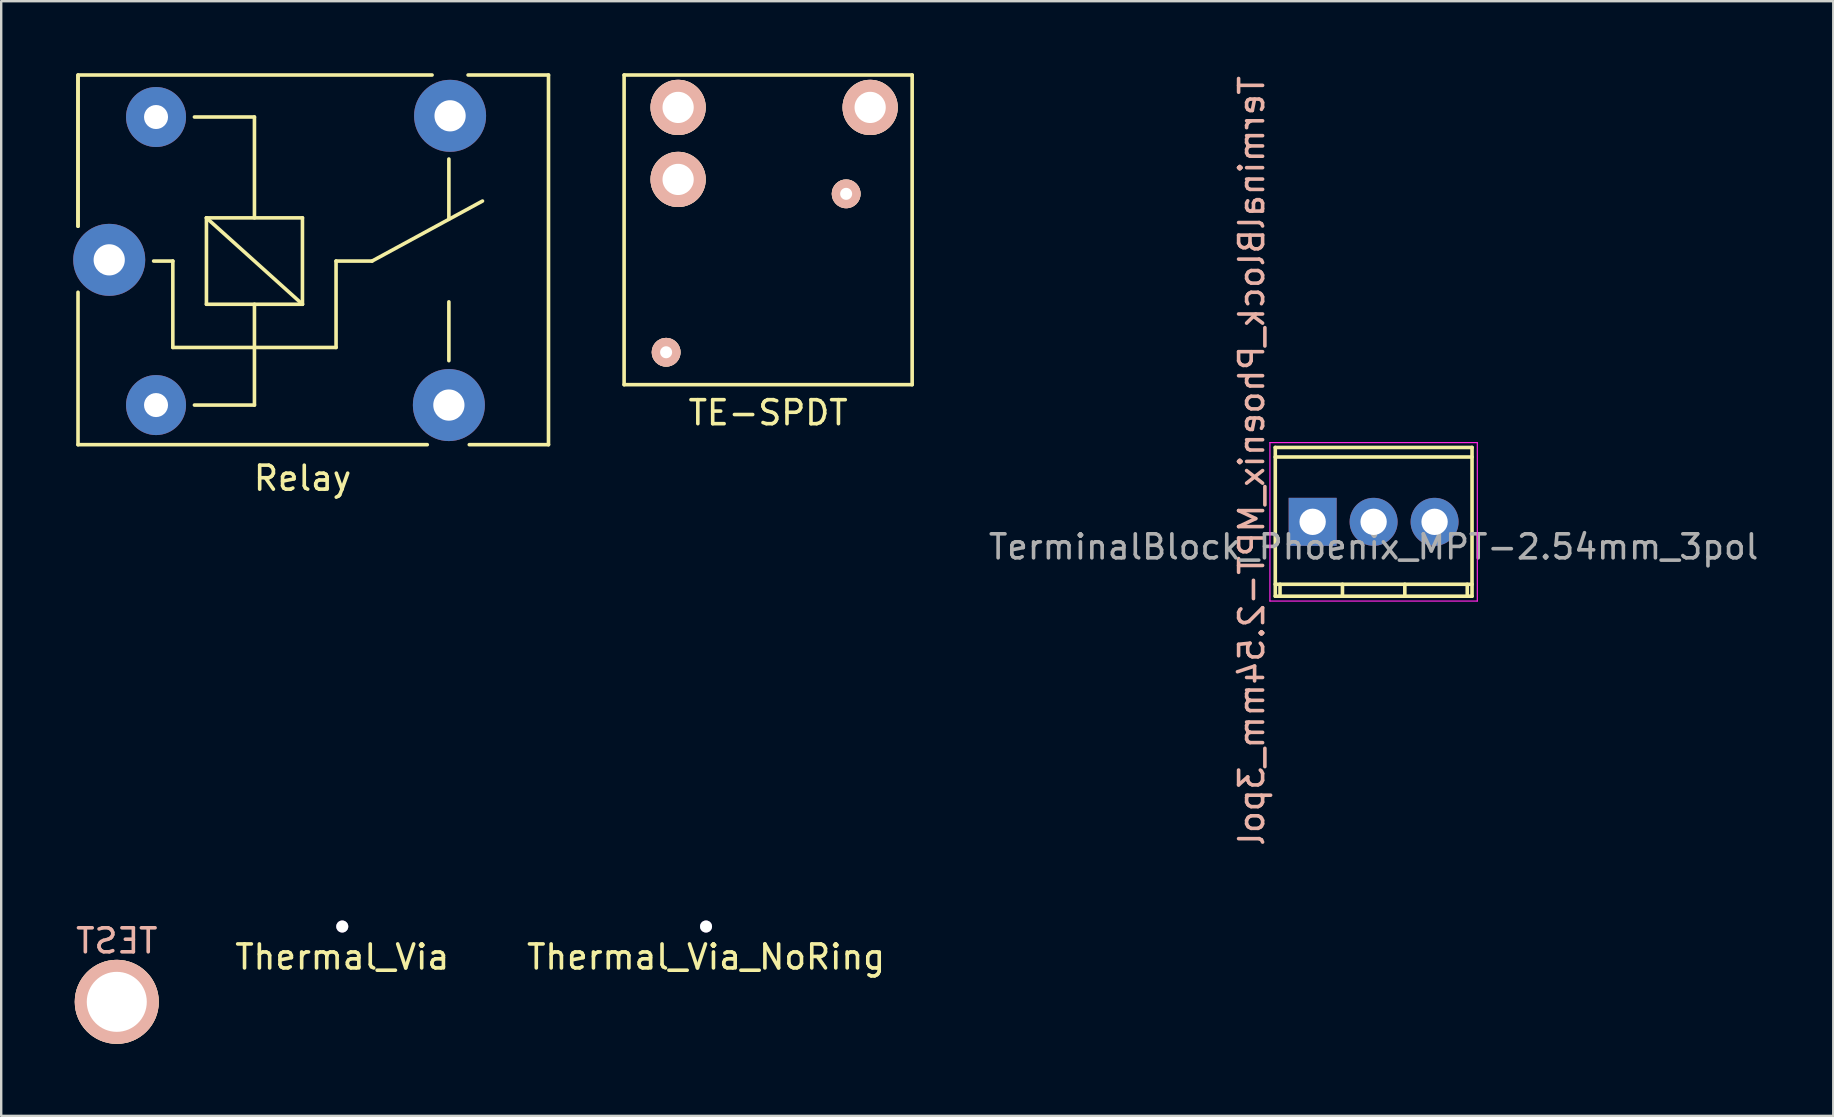
<source format=kicad_pcb>
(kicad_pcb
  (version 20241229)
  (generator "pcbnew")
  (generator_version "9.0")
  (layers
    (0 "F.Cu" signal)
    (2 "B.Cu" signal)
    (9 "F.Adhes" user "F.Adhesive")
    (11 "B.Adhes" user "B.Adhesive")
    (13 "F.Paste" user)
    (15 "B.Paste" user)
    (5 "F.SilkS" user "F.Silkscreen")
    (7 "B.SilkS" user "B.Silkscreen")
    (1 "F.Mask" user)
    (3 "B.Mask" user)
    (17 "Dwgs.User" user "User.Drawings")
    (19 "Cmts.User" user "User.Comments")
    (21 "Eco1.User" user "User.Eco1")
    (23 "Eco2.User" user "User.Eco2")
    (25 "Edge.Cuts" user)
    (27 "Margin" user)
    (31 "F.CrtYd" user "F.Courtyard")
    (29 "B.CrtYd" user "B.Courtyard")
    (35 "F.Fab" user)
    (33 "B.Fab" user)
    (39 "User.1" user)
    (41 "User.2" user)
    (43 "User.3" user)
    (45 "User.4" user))
  (footprint "TE-SPDT"
    (layer "F.Cu")
    (at 28.95 6.525)
    (property "Reference" "TE-SPDT" (at 0 7.62 0) (layer "F.SilkS") (effects (font (size 1 1) (thickness 0.15))))
    (attr through_hole)
    (fp_line (start -6 -6.45) (end -6 6.45) (stroke (width 0.15) (type solid)) (layer "F.SilkS"))
    (fp_line (start -6 -6.45) (end 6 -6.45) (stroke (width 0.15) (type solid)) (layer "F.SilkS"))
    (fp_line (start -6 6.45) (end 6 6.45) (stroke (width 0.15) (type solid)) (layer "F.SilkS"))
    (fp_line (start 6 -6.45) (end 6 6.45) (stroke (width 0.15) (type solid)) (layer "F.SilkS"))
    (pad "1" thru_hole circle (at 3.25 -1.5) (size 1.2 1.2) (drill 0.5) (layers "*.Cu" "*.SilkS" "*.Mask"))
    (pad "2" thru_hole circle (at -4.25 5.1) (size 1.2 1.2) (drill 0.5) (layers "*.Cu" "*.SilkS" "*.Mask"))
    (pad "3" thru_hole circle (at -3.75 -5.1) (size 2.3 2.3) (drill 1.3) (layers "*.Cu" "*.SilkS" "*.Mask"))
    (pad "4" thru_hole circle (at 4.25 -5.1) (size 2.3 2.3) (drill 1.3) (layers "*.Cu" "*.SilkS" "*.Mask"))
    (pad "5" thru_hole circle (at -3.75 -2.1) (size 2.3 2.3) (drill 1.3) (layers "*.Cu" "*.SilkS" "*.Mask")))
  (footprint "TEST"
    (layer "F.Cu")
    (at 1.815 38.686)
    (property "Reference" "TEST" (at 0 -2.54 0) (layer "B.SilkS") (effects (font (size 1 1) (thickness 0.15)) (justify mirror)))
    (attr through_hole)
    (pad "1" thru_hole circle (at 0 0) (size 3.5 3.5) (drill 2.5) (layers "*.Cu" "*.SilkS" "*.Mask")))
  (footprint "Relay"
    (layer "F.Cu")
    (at 1.5 7.775)
    (property "Reference" "Relay" (at 8.054 9.098 0) (layer "F.SilkS") (effects (font (size 1 1) (thickness 0.15))))
    (attr through_hole)
    (fp_line (start -1.3 -7.7) (end 13.45 -7.7) (stroke (width 0.15) (type solid)) (layer "F.SilkS"))
    (fp_line (start -1.3 -7.65) (end -1.3 -1.4) (stroke (width 0.15) (type solid)) (layer "F.SilkS"))
    (fp_line (start -1.3 -1.4) (end -1.3 -7.7) (stroke (width 0.15) (type solid)) (layer "F.SilkS"))
    (fp_line (start -1.3 1.35) (end -1.3 7.7) (stroke (width 0.15) (type solid)) (layer "F.SilkS"))
    (fp_line (start -1.3 7.7) (end 13.25 7.7) (stroke (width 0.15) (type solid)) (layer "F.SilkS"))
    (fp_line (start 2.65 0.05) (end 1.85 0.05) (stroke (width 0.15) (type solid)) (layer "F.SilkS"))
    (fp_line (start 2.65 0.05) (end 2.65 3.65) (stroke (width 0.15) (type solid)) (layer "F.SilkS"))
    (fp_line (start 3.55 6.05) (end 6.05 6.05) (stroke (width 0.15) (type solid)) (layer "F.SilkS"))
    (fp_line (start 4.05 -1.75) (end 8.05 -1.75) (stroke (width 0.15) (type solid)) (layer "F.SilkS"))
    (fp_line (start 4.05 1.85) (end 4.05 -1.75) (stroke (width 0.15) (type solid)) (layer "F.SilkS"))
    (fp_line (start 6.05 -5.95) (end 3.55 -5.95) (stroke (width 0.15) (type solid)) (layer "F.SilkS"))
    (fp_line (start 6.05 -5.95) (end 6.05 -1.75) (stroke (width 0.15) (type solid)) (layer "F.SilkS"))
    (fp_line (start 6.05 1.85) (end 6.05 6.05) (stroke (width 0.15) (type solid)) (layer "F.SilkS"))
    (fp_line (start 8.05 -1.75) (end 8.05 1.85) (stroke (width 0.15) (type solid)) (layer "F.SilkS"))
    (fp_line (start 8.05 1.85) (end 4.05 -1.75) (stroke (width 0.15) (type solid)) (layer "F.SilkS"))
    (fp_line (start 8.05 1.85) (end 4.05 1.85) (stroke (width 0.15) (type solid)) (layer "F.SilkS"))
    (fp_line (start 9.45 0.05) (end 9.45 3.65) (stroke (width 0.15) (type solid)) (layer "F.SilkS"))
    (fp_line (start 9.45 0.05) (end 10.95 0.05) (stroke (width 0.15) (type solid)) (layer "F.SilkS"))
    (fp_line (start 9.45 3.65) (end 2.65 3.65) (stroke (width 0.15) (type solid)) (layer "F.SilkS"))
    (fp_line (start 10.95 0.05) (end 15.55 -2.45) (stroke (width 0.15) (type solid)) (layer "F.SilkS"))
    (fp_line (start 14.15 -4.2) (end 14.15 -1.7) (stroke (width 0.15) (type solid)) (layer "F.SilkS"))
    (fp_line (start 14.15 4.2) (end 14.15 1.75) (stroke (width 0.15) (type solid)) (layer "F.SilkS"))
    (fp_line (start 15 7.7) (end 18.3 7.7) (stroke (width 0.15) (type solid)) (layer "F.SilkS"))
    (fp_line (start 18.3 -7.7) (end 14.95 -7.7) (stroke (width 0.15) (type solid)) (layer "F.SilkS"))
    (fp_line (start 18.3 7.7) (end 18.3 -7.7) (stroke (width 0.15) (type solid)) (layer "F.SilkS"))
    (pad "1" thru_hole circle (at 1.95 -5.95 90) (size 2.5 2.5) (drill 1) (layers "*.Cu" "*.Mask"))
    (pad "2" thru_hole circle (at 1.95 6.05 90) (size 2.5 2.5) (drill 1) (layers "*.Cu" "*.Mask"))
    (pad "3" thru_hole circle (at 0 0 90) (size 3 3) (drill 1.3) (layers "*.Cu" "*.Mask"))
    (pad "4" thru_hole circle (at 14.15 6.05 90) (size 3 3) (drill 1.3) (layers "*.Cu" "*.Mask"))
    (pad "5" thru_hole circle (at 14.2 -6 90) (size 3 3) (drill 1.3) (layers "*.Cu" "*.Mask")))
  (footprint "TerminalBlock_Phoenix_MPT-2.54mm_3pol"
    (layer "F.Cu")
    (at 51.634 18.689)
    (property "Reference" "TerminalBlock_Phoenix_MPT-2.54mm_3pol" (at -2.54 -2.54 90) (layer "B.SilkS") (effects (font (size 1 1) (thickness 0.15)) (justify mirror)))
    (attr through_hole)
    (fp_line (start -1.56 3.099) (end 6.64 3.099) (stroke (width 0.15) (type solid)) (layer "F.SilkS"))
    (fp_line (start -1.557 -3.099) (end -1.557 3.099) (stroke (width 0.15) (type solid)) (layer "F.SilkS"))
    (fp_line (start -1.359 3.099) (end -1.359 2.601) (stroke (width 0.15) (type solid)) (layer "F.SilkS"))
    (fp_line (start 1.242 3.099) (end 1.242 2.601) (stroke (width 0.15) (type solid)) (layer "F.SilkS"))
    (fp_line (start 3.84 2.601) (end 3.84 3.099) (stroke (width 0.15) (type solid)) (layer "F.SilkS"))
    (fp_line (start 6.441 2.601) (end 6.441 3.099) (stroke (width 0.15) (type solid)) (layer "F.SilkS"))
    (fp_line (start 6.64 -3.099) (end -1.56 -3.099) (stroke (width 0.15) (type solid)) (layer "F.SilkS"))
    (fp_line (start 6.64 -2.7) (end -1.56 -2.7) (stroke (width 0.15) (type solid)) (layer "F.SilkS"))
    (fp_line (start 6.64 2.601) (end -1.56 2.601) (stroke (width 0.15) (type solid)) (layer "F.SilkS"))
    (fp_line (start 6.64 3.099) (end 6.64 -3.099) (stroke (width 0.15) (type solid)) (layer "F.SilkS"))
    (fp_line (start -1.78 -3.3) (end -1.78 3.3) (stroke (width 0.05) (type solid)) (layer "F.CrtYd"))
    (fp_line (start -1.78 3.3) (end 6.86 3.3) (stroke (width 0.05) (type solid)) (layer "F.CrtYd"))
    (fp_line (start 6.86 -3.3) (end -1.78 -3.3) (stroke (width 0.05) (type solid)) (layer "F.CrtYd"))
    (fp_line (start 6.86 3.3) (end 6.86 -3.3) (stroke (width 0.05) (type solid)) (layer "F.CrtYd"))
    (fp_text user "${REFERENCE}" (at 2.54 1.045 0) (layer "F.Fab") (effects (font (size 1 1) (thickness 0.15))))
    (pad "1" thru_hole rect (at 0 0) (size 1.999 1.999) (drill 1.097) (layers "*.Cu" "*.Mask"))
    (pad "2" thru_hole oval (at 2.54 0) (size 1.999 1.999) (drill 1.097) (layers "*.Cu" "*.Mask"))
    (pad "3" thru_hole oval (at 5.08 0) (size 1.999 1.999) (drill 1.097) (layers "*.Cu" "*.Mask")))
  (footprint "Thermal_Via_NoRing"
    (layer "F.Cu")
    (at 26.363 35.548)
    (property "Reference" "Thermal_Via_NoRing" (at 0 1.27 0) (layer "F.SilkS") (effects (font (size 1 1) (thickness 0.15))))
    (attr through_hole)
    (pad "1" thru_hole circle (at 0 0) (size 0.5 0.5) (drill 0.5) (layers "*.Cu" "*.Mask")))
  (footprint "Thermal_Via"
    (layer "F.Cu")
    (at 11.208 35.548)
    (property "Reference" "Thermal_Via" (at 0 1.27 0) (layer "F.SilkS") (effects (font (size 1 1) (thickness 0.15))))
    (attr through_hole)
    (pad "1" thru_hole circle (at 0 0) (size 0.5 0.5) (drill 0.5) (layers "*.Cu" "*.Mask")))
  (gr_rect
    (start -3 -3)
    (end 73.323 43.436)
    (stroke (width 0.1) (type default))
    (fill no)
    (layer "Edge.Cuts")))
</source>
